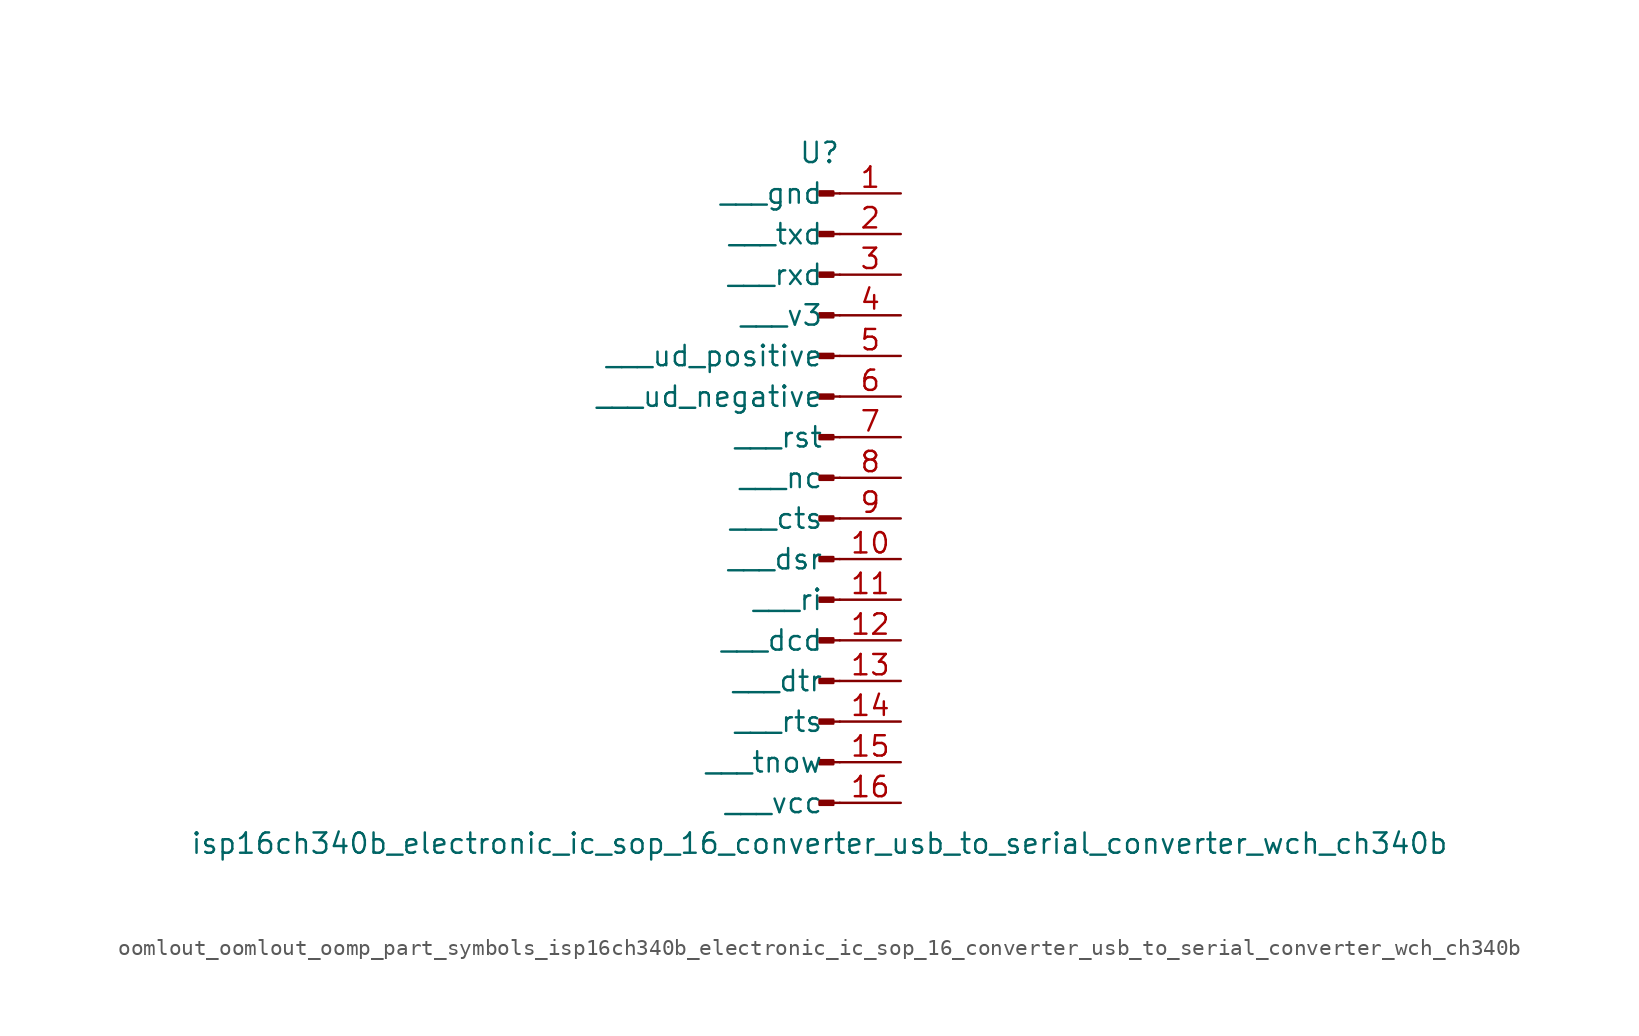
<source format=kicad_sym>
(kicad_symbol_lib
  (version 20220914)
  (generator kicad_symbol_editor)
  (symbol "oomlout_oomlout_oomp_part_symbols_isp16ch340b_electronic_ic_sop_16_converter_usb_to_serial_converter_wch_ch340b"
    (pin_names
      (offset 1.016))
    (property "Reference" "U"
      (at 0 20.32 0)
      (effects (font (size 1.27 1.27))))
    (property "Value" "isp16ch340b_electronic_ic_sop_16_converter_usb_to_serial_converter_wch_ch340b"
      (at 0 -22.86 0)
      (effects (font (size 1.27 1.27))))
    (property "ki_locked" ""
      (at 0 0 0)
      (effects (font (size 1.27 1.27))))
    (symbol "oomlout_oomlout_oomp_part_symbols_isp16ch340b_electronic_ic_sop_16_converter_usb_to_serial_converter_wch_ch340b_1_1"
      (polyline (pts (xy 1.27 -20.32) (xy 0.864 -20.32)) (stroke (width 0.152) (type default)) (fill (type none)))
      (polyline (pts (xy 1.27 -17.78) (xy 0.864 -17.78)) (stroke (width 0.152) (type default)) (fill (type none)))
      (polyline (pts (xy 1.27 -15.24) (xy 0.864 -15.24)) (stroke (width 0.152) (type default)) (fill (type none)))
      (polyline (pts (xy 1.27 -12.7) (xy 0.864 -12.7)) (stroke (width 0.152) (type default)) (fill (type none)))
      (polyline (pts (xy 1.27 -10.16) (xy 0.864 -10.16)) (stroke (width 0.152) (type default)) (fill (type none)))
      (polyline (pts (xy 1.27 -7.62) (xy 0.864 -7.62)) (stroke (width 0.152) (type default)) (fill (type none)))
      (polyline (pts (xy 1.27 -5.08) (xy 0.864 -5.08)) (stroke (width 0.152) (type default)) (fill (type none)))
      (polyline (pts (xy 1.27 -2.54) (xy 0.864 -2.54)) (stroke (width 0.152) (type default)) (fill (type none)))
      (polyline (pts (xy 1.27 0) (xy 0.864 0)) (stroke (width 0.152) (type default)) (fill (type none)))
      (polyline (pts (xy 1.27 2.54) (xy 0.864 2.54)) (stroke (width 0.152) (type default)) (fill (type none)))
      (polyline (pts (xy 1.27 5.08) (xy 0.864 5.08)) (stroke (width 0.152) (type default)) (fill (type none)))
      (polyline (pts (xy 1.27 7.62) (xy 0.864 7.62)) (stroke (width 0.152) (type default)) (fill (type none)))
      (polyline (pts (xy 1.27 10.16) (xy 0.864 10.16)) (stroke (width 0.152) (type default)) (fill (type none)))
      (polyline (pts (xy 1.27 12.7) (xy 0.864 12.7)) (stroke (width 0.152) (type default)) (fill (type none)))
      (polyline (pts (xy 1.27 15.24) (xy 0.864 15.24)) (stroke (width 0.152) (type default)) (fill (type none)))
      (polyline (pts (xy 1.27 17.78) (xy 0.864 17.78)) (stroke (width 0.152) (type default)) (fill (type none)))
      (rectangle (start 0.864 -20.193) (end 0 -20.447) (stroke (width 0.152) (type default)) (fill (type outline)))
      (rectangle (start 0.864 -17.653) (end 0 -17.907) (stroke (width 0.152) (type default)) (fill (type outline)))
      (rectangle (start 0.864 -15.113) (end 0 -15.367) (stroke (width 0.152) (type default)) (fill (type outline)))
      (rectangle (start 0.864 -12.573) (end 0 -12.827) (stroke (width 0.152) (type default)) (fill (type outline)))
      (rectangle (start 0.864 -10.033) (end 0 -10.287) (stroke (width 0.152) (type default)) (fill (type outline)))
      (rectangle (start 0.864 -7.493) (end 0 -7.747) (stroke (width 0.152) (type default)) (fill (type outline)))
      (rectangle (start 0.864 -4.953) (end 0 -5.207) (stroke (width 0.152) (type default)) (fill (type outline)))
      (rectangle (start 0.864 -2.413) (end 0 -2.667) (stroke (width 0.152) (type default)) (fill (type outline)))
      (rectangle (start 0.864 0.127) (end 0 -0.127) (stroke (width 0.152) (type default)) (fill (type outline)))
      (rectangle (start 0.864 2.667) (end 0 2.413) (stroke (width 0.152) (type default)) (fill (type outline)))
      (rectangle (start 0.864 5.207) (end 0 4.953) (stroke (width 0.152) (type default)) (fill (type outline)))
      (rectangle (start 0.864 7.747) (end 0 7.493) (stroke (width 0.152) (type default)) (fill (type outline)))
      (rectangle (start 0.864 10.287) (end 0 10.033) (stroke (width 0.152) (type default)) (fill (type outline)))
      (rectangle (start 0.864 12.827) (end 0 12.573) (stroke (width 0.152) (type default)) (fill (type outline)))
      (rectangle (start 0.864 15.367) (end 0 15.113) (stroke (width 0.152) (type default)) (fill (type outline)))
      (rectangle (start 0.864 17.907) (end 0 17.653) (stroke (width 0.152) (type default)) (fill (type outline)))
      (pin passive line (at 5.08 17.78 180) (length 3.81) (name "   gnd" (effects (font (size 1.27 1.27)))) (number "1" (effects (font (size 1.27 1.27)))))
      (pin passive line (at 5.08 -5.08 180) (length 3.81) (name "   dsr" (effects (font (size 1.27 1.27)))) (number "10" (effects (font (size 1.27 1.27)))))
      (pin passive line (at 5.08 -7.62 180) (length 3.81) (name "   ri" (effects (font (size 1.27 1.27)))) (number "11" (effects (font (size 1.27 1.27)))))
      (pin passive line (at 5.08 -10.16 180) (length 3.81) (name "   dcd" (effects (font (size 1.27 1.27)))) (number "12" (effects (font (size 1.27 1.27)))))
      (pin passive line (at 5.08 -12.7 180) (length 3.81) (name "   dtr" (effects (font (size 1.27 1.27)))) (number "13" (effects (font (size 1.27 1.27)))))
      (pin passive line (at 5.08 -15.24 180) (length 3.81) (name "   rts" (effects (font (size 1.27 1.27)))) (number "14" (effects (font (size 1.27 1.27)))))
      (pin passive line (at 5.08 -17.78 180) (length 3.81) (name "   tnow" (effects (font (size 1.27 1.27)))) (number "15" (effects (font (size 1.27 1.27)))))
      (pin passive line (at 5.08 -20.32 180) (length 3.81) (name "   vcc" (effects (font (size 1.27 1.27)))) (number "16" (effects (font (size 1.27 1.27)))))
      (pin passive line (at 5.08 15.24 180) (length 3.81) (name "   txd" (effects (font (size 1.27 1.27)))) (number "2" (effects (font (size 1.27 1.27)))))
      (pin passive line (at 5.08 12.7 180) (length 3.81) (name "   rxd" (effects (font (size 1.27 1.27)))) (number "3" (effects (font (size 1.27 1.27)))))
      (pin passive line (at 5.08 10.16 180) (length 3.81) (name "   v3" (effects (font (size 1.27 1.27)))) (number "4" (effects (font (size 1.27 1.27)))))
      (pin passive line (at 5.08 7.62 180) (length 3.81) (name "   ud_positive" (effects (font (size 1.27 1.27)))) (number "5" (effects (font (size 1.27 1.27)))))
      (pin passive line (at 5.08 5.08 180) (length 3.81) (name "   ud_negative" (effects (font (size 1.27 1.27)))) (number "6" (effects (font (size 1.27 1.27)))))
      (pin passive line (at 5.08 2.54 180) (length 3.81) (name "   rst" (effects (font (size 1.27 1.27)))) (number "7" (effects (font (size 1.27 1.27)))))
      (pin passive line (at 5.08 0 180) (length 3.81) (name "   nc" (effects (font (size 1.27 1.27)))) (number "8" (effects (font (size 1.27 1.27)))))
      (pin passive line (at 5.08 -2.54 180) (length 3.81) (name "   cts" (effects (font (size 1.27 1.27)))) (number "9" (effects (font (size 1.27 1.27))))))))
</source>
